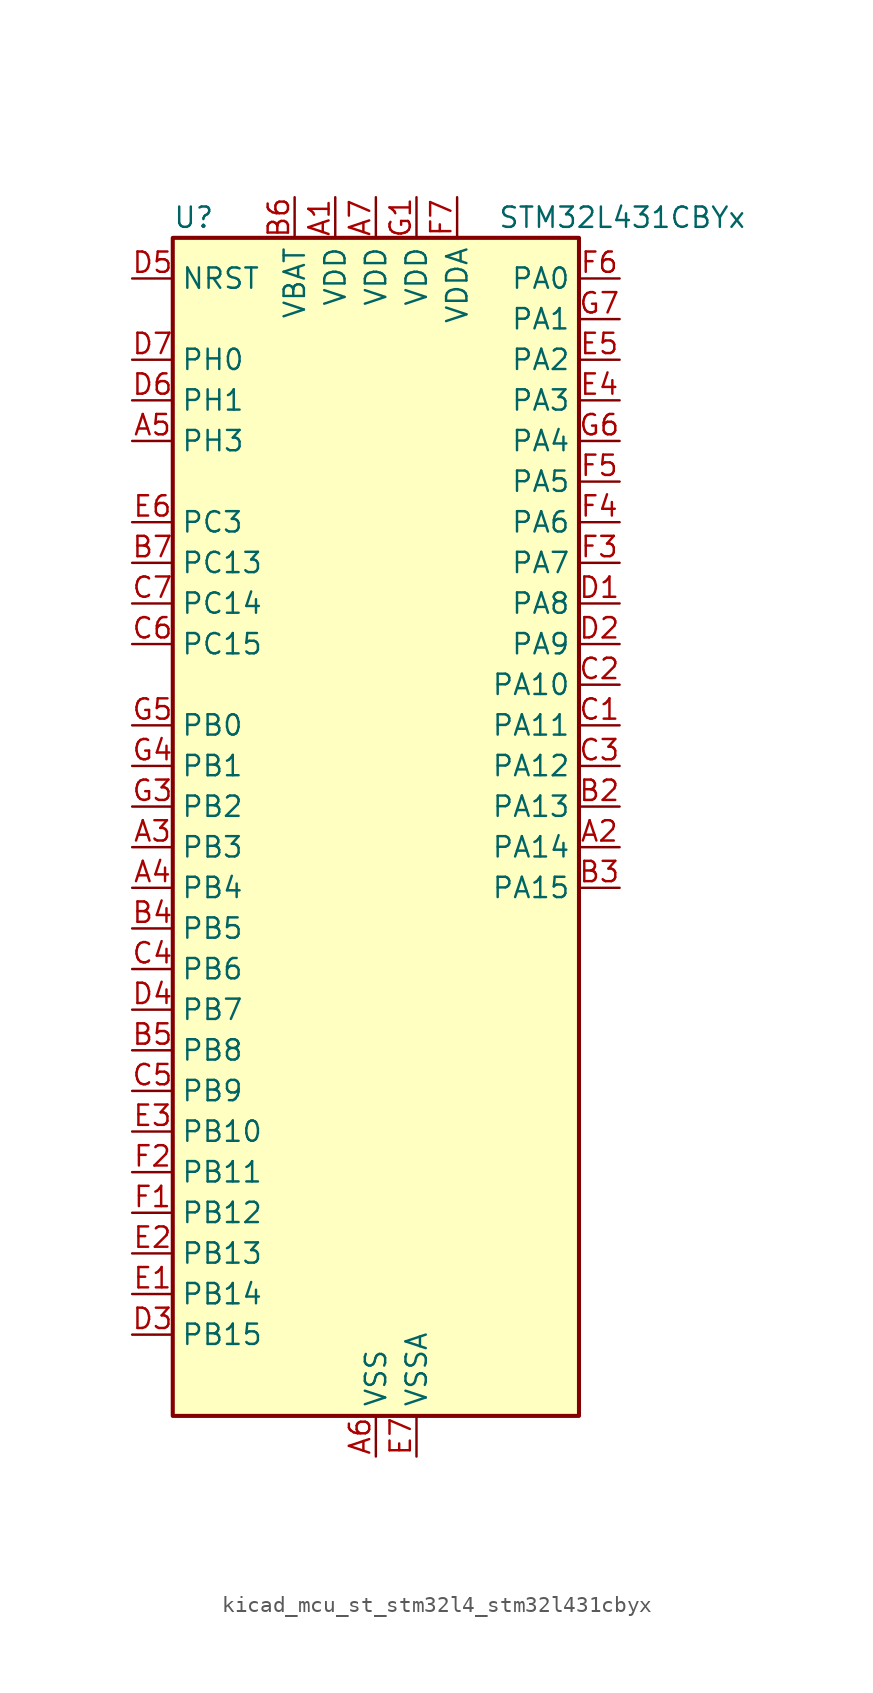
<source format=kicad_sym>
(kicad_symbol_lib
  (version 20220914)
  (generator kicad_symbol_editor)
  (symbol "kicad_mcu_st_stm32l4_stm32l431cbyx"
    (property "Reference" "U"
      (at -12.7 39.37 0)
      (effects (font (size 1.27 1.27)) (justify left)))
    (property "Value" "STM32L431CBYx"
      (at 7.62 39.37 0)
      (effects (font (size 1.27 1.27)) (justify left)))
    (property "ki_locked" ""
      (at 0 0 0)
      (effects (font (size 1.27 1.27))))
    (symbol "kicad_mcu_st_stm32l4_stm32l431cbyx_0_1"
      (rectangle (start -12.7 -35.56) (end 12.7 38.1) (stroke (width 0.254) (type default)) (fill (type background))))
    (symbol "kicad_mcu_st_stm32l4_stm32l431cbyx_1_1"
      (pin power_in line (at -2.54 40.64 270) (length 2.54) (name "VDD" (effects (font (size 1.27 1.27)))) (number "A1" (effects (font (size 1.27 1.27)))))
      (pin bidirectional line (at 15.24 0 180) (length 2.54) (name "PA14" (effects (font (size 1.27 1.27)))) (number "A2" (effects (font (size 1.27 1.27)))) (alternate "I2C1_SMBA" bidirectional line) (alternate "LPTIM1_OUT" bidirectional line) (alternate "SAI1_FS_B" bidirectional line) (alternate "SWPMI1_RX" bidirectional line) (alternate "SYS_JTCK-SWCLK" bidirectional line))
      (pin bidirectional line (at -15.24 0 0) (length 2.54) (name "PB3" (effects (font (size 1.27 1.27)))) (number "A3" (effects (font (size 1.27 1.27)))) (alternate "COMP2_INM" bidirectional line) (alternate "SAI1_SCK_B" bidirectional line) (alternate "SPI1_SCK" bidirectional line) (alternate "SPI3_SCK" bidirectional line) (alternate "SYS_JTDO-SWO" bidirectional line) (alternate "TIM2_CH2" bidirectional line) (alternate "USART1_DE" bidirectional line) (alternate "USART1_RTS" bidirectional line))
      (pin bidirectional line (at -15.24 -2.54 0) (length 2.54) (name "PB4" (effects (font (size 1.27 1.27)))) (number "A4" (effects (font (size 1.27 1.27)))) (alternate "COMP2_INP" bidirectional line) (alternate "I2C3_SDA" bidirectional line) (alternate "SAI1_MCLK_B" bidirectional line) (alternate "SPI1_MISO" bidirectional line) (alternate "SPI3_MISO" bidirectional line) (alternate "SYS_JTRST" bidirectional line) (alternate "TSC_G2_IO1" bidirectional line) (alternate "USART1_CTS" bidirectional line))
      (pin bidirectional line (at -15.24 25.4 0) (length 2.54) (name "PH3" (effects (font (size 1.27 1.27)))) (number "A5" (effects (font (size 1.27 1.27)))))
      (pin power_in line (at 0 -38.1 90) (length 2.54) (name "VSS" (effects (font (size 1.27 1.27)))) (number "A6" (effects (font (size 1.27 1.27)))))
      (pin power_in line (at 0 40.64 270) (length 2.54) (name "VDD" (effects (font (size 1.27 1.27)))) (number "A7" (effects (font (size 1.27 1.27)))))
      (pin passive line (at 0 -38.1 90) (length 2.54) hide (name "VSS" (effects (font (size 1.27 1.27)))) (number "B1" (effects (font (size 1.27 1.27)))))
      (pin bidirectional line (at 15.24 2.54 180) (length 2.54) (name "PA13" (effects (font (size 1.27 1.27)))) (number "B2" (effects (font (size 1.27 1.27)))) (alternate "IR_OUT" bidirectional line) (alternate "SAI1_SD_B" bidirectional line) (alternate "SWPMI1_TX" bidirectional line) (alternate "SYS_JTMS-SWDIO" bidirectional line))
      (pin bidirectional line (at 15.24 -2.54 180) (length 2.54) (name "PA15" (effects (font (size 1.27 1.27)))) (number "B3" (effects (font (size 1.27 1.27)))) (alternate "ADC1_EXTI15" bidirectional line) (alternate "SPI1_NSS" bidirectional line) (alternate "SPI3_NSS" bidirectional line) (alternate "SWPMI1_SUSPEND" bidirectional line) (alternate "SYS_JTDI" bidirectional line) (alternate "TIM2_CH1" bidirectional line) (alternate "TIM2_ETR" bidirectional line) (alternate "USART2_RX" bidirectional line) (alternate "USART3_DE" bidirectional line) (alternate "USART3_RTS" bidirectional line))
      (pin bidirectional line (at -15.24 -5.08 0) (length 2.54) (name "PB5" (effects (font (size 1.27 1.27)))) (number "B4" (effects (font (size 1.27 1.27)))) (alternate "COMP2_OUT" bidirectional line) (alternate "I2C1_SMBA" bidirectional line) (alternate "LPTIM1_IN1" bidirectional line) (alternate "SAI1_SD_B" bidirectional line) (alternate "SPI1_MOSI" bidirectional line) (alternate "SPI3_MOSI" bidirectional line) (alternate "TIM16_BKIN" bidirectional line) (alternate "TSC_G2_IO2" bidirectional line) (alternate "USART1_CK" bidirectional line))
      (pin bidirectional line (at -15.24 -12.7 0) (length 2.54) (name "PB8" (effects (font (size 1.27 1.27)))) (number "B5" (effects (font (size 1.27 1.27)))) (alternate "CAN1_RX" bidirectional line) (alternate "I2C1_SCL" bidirectional line) (alternate "SAI1_MCLK_A" bidirectional line) (alternate "TIM16_CH1" bidirectional line))
      (pin power_in line (at -5.08 40.64 270) (length 2.54) (name "VBAT" (effects (font (size 1.27 1.27)))) (number "B6" (effects (font (size 1.27 1.27)))))
      (pin bidirectional line (at -15.24 17.78 0) (length 2.54) (name "PC13" (effects (font (size 1.27 1.27)))) (number "B7" (effects (font (size 1.27 1.27)))) (alternate "RTC_OUT_ALARM" bidirectional line) (alternate "RTC_OUT_CALIB" bidirectional line) (alternate "RTC_TAMP1" bidirectional line) (alternate "RTC_TS" bidirectional line) (alternate "SYS_WKUP2" bidirectional line))
      (pin bidirectional line (at 15.24 7.62 180) (length 2.54) (name "PA11" (effects (font (size 1.27 1.27)))) (number "C1" (effects (font (size 1.27 1.27)))) (alternate "ADC1_EXTI11" bidirectional line) (alternate "CAN1_RX" bidirectional line) (alternate "COMP1_OUT" bidirectional line) (alternate "SPI1_MISO" bidirectional line) (alternate "TIM1_BKIN2" bidirectional line) (alternate "TIM1_BKIN2_COMP1" bidirectional line) (alternate "TIM1_CH4" bidirectional line) (alternate "USART1_CTS" bidirectional line))
      (pin bidirectional line (at 15.24 10.16 180) (length 2.54) (name "PA10" (effects (font (size 1.27 1.27)))) (number "C2" (effects (font (size 1.27 1.27)))) (alternate "I2C1_SDA" bidirectional line) (alternate "SAI1_SD_A" bidirectional line) (alternate "TIM1_CH3" bidirectional line) (alternate "USART1_RX" bidirectional line))
      (pin bidirectional line (at 15.24 5.08 180) (length 2.54) (name "PA12" (effects (font (size 1.27 1.27)))) (number "C3" (effects (font (size 1.27 1.27)))) (alternate "CAN1_TX" bidirectional line) (alternate "SPI1_MOSI" bidirectional line) (alternate "TIM1_ETR" bidirectional line) (alternate "USART1_DE" bidirectional line) (alternate "USART1_RTS" bidirectional line))
      (pin bidirectional line (at -15.24 -7.62 0) (length 2.54) (name "PB6" (effects (font (size 1.27 1.27)))) (number "C4" (effects (font (size 1.27 1.27)))) (alternate "COMP2_INP" bidirectional line) (alternate "I2C1_SCL" bidirectional line) (alternate "LPTIM1_ETR" bidirectional line) (alternate "SAI1_FS_B" bidirectional line) (alternate "TIM16_CH1N" bidirectional line) (alternate "TSC_G2_IO3" bidirectional line) (alternate "USART1_TX" bidirectional line))
      (pin bidirectional line (at -15.24 -15.24 0) (length 2.54) (name "PB9" (effects (font (size 1.27 1.27)))) (number "C5" (effects (font (size 1.27 1.27)))) (alternate "CAN1_TX" bidirectional line) (alternate "DAC1_EXTI9" bidirectional line) (alternate "I2C1_SDA" bidirectional line) (alternate "IR_OUT" bidirectional line) (alternate "SAI1_FS_A" bidirectional line) (alternate "SPI2_NSS" bidirectional line))
      (pin bidirectional line (at -15.24 12.7 0) (length 2.54) (name "PC15" (effects (font (size 1.27 1.27)))) (number "C6" (effects (font (size 1.27 1.27)))) (alternate "ADC1_EXTI15" bidirectional line) (alternate "RCC_OSC32_OUT" bidirectional line))
      (pin bidirectional line (at -15.24 15.24 0) (length 2.54) (name "PC14" (effects (font (size 1.27 1.27)))) (number "C7" (effects (font (size 1.27 1.27)))) (alternate "RCC_OSC32_IN" bidirectional line))
      (pin bidirectional line (at 15.24 15.24 180) (length 2.54) (name "PA8" (effects (font (size 1.27 1.27)))) (number "D1" (effects (font (size 1.27 1.27)))) (alternate "LPTIM2_OUT" bidirectional line) (alternate "RCC_MCO" bidirectional line) (alternate "SAI1_SCK_A" bidirectional line) (alternate "SWPMI1_IO" bidirectional line) (alternate "TIM1_CH1" bidirectional line) (alternate "USART1_CK" bidirectional line))
      (pin bidirectional line (at 15.24 12.7 180) (length 2.54) (name "PA9" (effects (font (size 1.27 1.27)))) (number "D2" (effects (font (size 1.27 1.27)))) (alternate "DAC1_EXTI9" bidirectional line) (alternate "I2C1_SCL" bidirectional line) (alternate "SAI1_FS_A" bidirectional line) (alternate "TIM15_BKIN" bidirectional line) (alternate "TIM1_CH2" bidirectional line) (alternate "USART1_TX" bidirectional line))
      (pin bidirectional line (at -15.24 -30.48 0) (length 2.54) (name "PB15" (effects (font (size 1.27 1.27)))) (number "D3" (effects (font (size 1.27 1.27)))) (alternate "ADC1_EXTI15" bidirectional line) (alternate "RTC_REFIN" bidirectional line) (alternate "SAI1_SD_A" bidirectional line) (alternate "SPI2_MOSI" bidirectional line) (alternate "SWPMI1_SUSPEND" bidirectional line) (alternate "TIM15_CH2" bidirectional line) (alternate "TIM1_CH3N" bidirectional line) (alternate "TSC_G1_IO4" bidirectional line))
      (pin bidirectional line (at -15.24 -10.16 0) (length 2.54) (name "PB7" (effects (font (size 1.27 1.27)))) (number "D4" (effects (font (size 1.27 1.27)))) (alternate "COMP2_INM" bidirectional line) (alternate "I2C1_SDA" bidirectional line) (alternate "LPTIM1_IN2" bidirectional line) (alternate "SYS_PVD_IN" bidirectional line) (alternate "TSC_G2_IO4" bidirectional line) (alternate "USART1_RX" bidirectional line))
      (pin input line (at -15.24 35.56 0) (length 2.54) (name "NRST" (effects (font (size 1.27 1.27)))) (number "D5" (effects (font (size 1.27 1.27)))))
      (pin bidirectional line (at -15.24 27.94 0) (length 2.54) (name "PH1" (effects (font (size 1.27 1.27)))) (number "D6" (effects (font (size 1.27 1.27)))) (alternate "RCC_OSC_OUT" bidirectional line))
      (pin bidirectional line (at -15.24 30.48 0) (length 2.54) (name "PH0" (effects (font (size 1.27 1.27)))) (number "D7" (effects (font (size 1.27 1.27)))) (alternate "RCC_OSC_IN" bidirectional line))
      (pin bidirectional line (at -15.24 -27.94 0) (length 2.54) (name "PB14" (effects (font (size 1.27 1.27)))) (number "E1" (effects (font (size 1.27 1.27)))) (alternate "I2C2_SDA" bidirectional line) (alternate "SAI1_MCLK_A" bidirectional line) (alternate "SPI2_MISO" bidirectional line) (alternate "SWPMI1_RX" bidirectional line) (alternate "TIM15_CH1" bidirectional line) (alternate "TIM1_CH2N" bidirectional line) (alternate "TSC_G1_IO3" bidirectional line) (alternate "USART3_DE" bidirectional line) (alternate "USART3_RTS" bidirectional line))
      (pin bidirectional line (at -15.24 -25.4 0) (length 2.54) (name "PB13" (effects (font (size 1.27 1.27)))) (number "E2" (effects (font (size 1.27 1.27)))) (alternate "I2C2_SCL" bidirectional line) (alternate "LPUART1_CTS" bidirectional line) (alternate "SAI1_SCK_A" bidirectional line) (alternate "SPI2_SCK" bidirectional line) (alternate "SWPMI1_TX" bidirectional line) (alternate "TIM15_CH1N" bidirectional line) (alternate "TIM1_CH1N" bidirectional line) (alternate "TSC_G1_IO2" bidirectional line) (alternate "USART3_CTS" bidirectional line))
      (pin bidirectional line (at -15.24 -17.78 0) (length 2.54) (name "PB10" (effects (font (size 1.27 1.27)))) (number "E3" (effects (font (size 1.27 1.27)))) (alternate "COMP1_OUT" bidirectional line) (alternate "I2C2_SCL" bidirectional line) (alternate "LPUART1_RX" bidirectional line) (alternate "QUADSPI_CLK" bidirectional line) (alternate "SAI1_SCK_A" bidirectional line) (alternate "SPI2_SCK" bidirectional line) (alternate "TIM2_CH3" bidirectional line) (alternate "TSC_SYNC" bidirectional line) (alternate "USART3_TX" bidirectional line))
      (pin bidirectional line (at 15.24 27.94 180) (length 2.54) (name "PA3" (effects (font (size 1.27 1.27)))) (number "E4" (effects (font (size 1.27 1.27)))) (alternate "ADC1_IN8" bidirectional line) (alternate "COMP2_INP" bidirectional line) (alternate "LPUART1_RX" bidirectional line) (alternate "OPAMP1_VOUT" bidirectional line) (alternate "QUADSPI_CLK" bidirectional line) (alternate "SAI1_MCLK_A" bidirectional line) (alternate "TIM15_CH2" bidirectional line) (alternate "TIM2_CH4" bidirectional line) (alternate "USART2_RX" bidirectional line))
      (pin bidirectional line (at 15.24 30.48 180) (length 2.54) (name "PA2" (effects (font (size 1.27 1.27)))) (number "E5" (effects (font (size 1.27 1.27)))) (alternate "ADC1_IN7" bidirectional line) (alternate "COMP2_INM" bidirectional line) (alternate "COMP2_OUT" bidirectional line) (alternate "LPUART1_TX" bidirectional line) (alternate "QUADSPI_BK1_NCS" bidirectional line) (alternate "RCC_LSCO" bidirectional line) (alternate "SYS_WKUP4" bidirectional line) (alternate "TIM15_CH1" bidirectional line) (alternate "TIM2_CH3" bidirectional line) (alternate "USART2_TX" bidirectional line))
      (pin bidirectional line (at -15.24 20.32 0) (length 2.54) (name "PC3" (effects (font (size 1.27 1.27)))) (number "E6" (effects (font (size 1.27 1.27)))) (alternate "ADC1_IN4" bidirectional line) (alternate "LPTIM1_ETR" bidirectional line) (alternate "LPTIM2_ETR" bidirectional line) (alternate "SAI1_SD_A" bidirectional line) (alternate "SPI2_MOSI" bidirectional line))
      (pin power_in line (at 2.54 -38.1 90) (length 2.54) (name "VSSA" (effects (font (size 1.27 1.27)))) (number "E7" (effects (font (size 1.27 1.27)))))
      (pin bidirectional line (at -15.24 -22.86 0) (length 2.54) (name "PB12" (effects (font (size 1.27 1.27)))) (number "F1" (effects (font (size 1.27 1.27)))) (alternate "I2C2_SMBA" bidirectional line) (alternate "LPUART1_DE" bidirectional line) (alternate "LPUART1_RTS" bidirectional line) (alternate "SAI1_FS_A" bidirectional line) (alternate "SPI2_NSS" bidirectional line) (alternate "SWPMI1_IO" bidirectional line) (alternate "TIM15_BKIN" bidirectional line) (alternate "TIM1_BKIN" bidirectional line) (alternate "TIM1_BKIN_COMP2" bidirectional line) (alternate "TSC_G1_IO1" bidirectional line) (alternate "USART3_CK" bidirectional line))
      (pin bidirectional line (at -15.24 -20.32 0) (length 2.54) (name "PB11" (effects (font (size 1.27 1.27)))) (number "F2" (effects (font (size 1.27 1.27)))) (alternate "ADC1_EXTI11" bidirectional line) (alternate "COMP2_OUT" bidirectional line) (alternate "I2C2_SDA" bidirectional line) (alternate "LPUART1_TX" bidirectional line) (alternate "QUADSPI_BK1_NCS" bidirectional line) (alternate "TIM2_CH4" bidirectional line) (alternate "USART3_RX" bidirectional line))
      (pin bidirectional line (at 15.24 17.78 180) (length 2.54) (name "PA7" (effects (font (size 1.27 1.27)))) (number "F3" (effects (font (size 1.27 1.27)))) (alternate "ADC1_IN12" bidirectional line) (alternate "COMP2_OUT" bidirectional line) (alternate "I2C3_SCL" bidirectional line) (alternate "QUADSPI_BK1_IO2" bidirectional line) (alternate "SPI1_MOSI" bidirectional line) (alternate "TIM1_CH1N" bidirectional line))
      (pin bidirectional line (at 15.24 20.32 180) (length 2.54) (name "PA6" (effects (font (size 1.27 1.27)))) (number "F4" (effects (font (size 1.27 1.27)))) (alternate "ADC1_IN11" bidirectional line) (alternate "COMP1_OUT" bidirectional line) (alternate "LPUART1_CTS" bidirectional line) (alternate "QUADSPI_BK1_IO3" bidirectional line) (alternate "SPI1_MISO" bidirectional line) (alternate "TIM16_CH1" bidirectional line) (alternate "TIM1_BKIN" bidirectional line) (alternate "TIM1_BKIN_COMP2" bidirectional line) (alternate "USART3_CTS" bidirectional line))
      (pin bidirectional line (at 15.24 22.86 180) (length 2.54) (name "PA5" (effects (font (size 1.27 1.27)))) (number "F5" (effects (font (size 1.27 1.27)))) (alternate "ADC1_IN10" bidirectional line) (alternate "COMP1_INM" bidirectional line) (alternate "COMP2_INM" bidirectional line) (alternate "DAC1_OUT2" bidirectional line) (alternate "LPTIM2_ETR" bidirectional line) (alternate "SPI1_SCK" bidirectional line) (alternate "TIM2_CH1" bidirectional line) (alternate "TIM2_ETR" bidirectional line))
      (pin bidirectional line (at 15.24 35.56 180) (length 2.54) (name "PA0" (effects (font (size 1.27 1.27)))) (number "F6" (effects (font (size 1.27 1.27)))) (alternate "ADC1_IN5" bidirectional line) (alternate "COMP1_INM" bidirectional line) (alternate "COMP1_OUT" bidirectional line) (alternate "OPAMP1_VINP" bidirectional line) (alternate "RTC_TAMP2" bidirectional line) (alternate "SAI1_EXTCLK" bidirectional line) (alternate "SYS_WKUP1" bidirectional line) (alternate "TIM2_CH1" bidirectional line) (alternate "TIM2_ETR" bidirectional line) (alternate "USART2_CTS" bidirectional line))
      (pin power_in line (at 5.08 40.64 270) (length 2.54) (name "VDDA" (effects (font (size 1.27 1.27)))) (number "F7" (effects (font (size 1.27 1.27)))))
      (pin power_in line (at 2.54 40.64 270) (length 2.54) (name "VDD" (effects (font (size 1.27 1.27)))) (number "G1" (effects (font (size 1.27 1.27)))))
      (pin passive line (at 0 -38.1 90) (length 2.54) hide (name "VSS" (effects (font (size 1.27 1.27)))) (number "G2" (effects (font (size 1.27 1.27)))))
      (pin bidirectional line (at -15.24 2.54 0) (length 2.54) (name "PB2" (effects (font (size 1.27 1.27)))) (number "G3" (effects (font (size 1.27 1.27)))) (alternate "COMP1_INP" bidirectional line) (alternate "I2C3_SMBA" bidirectional line) (alternate "LPTIM1_OUT" bidirectional line) (alternate "RTC_OUT_ALARM" bidirectional line) (alternate "RTC_OUT_CALIB" bidirectional line))
      (pin bidirectional line (at -15.24 5.08 0) (length 2.54) (name "PB1" (effects (font (size 1.27 1.27)))) (number "G4" (effects (font (size 1.27 1.27)))) (alternate "ADC1_IN16" bidirectional line) (alternate "COMP1_INM" bidirectional line) (alternate "LPTIM2_IN1" bidirectional line) (alternate "LPUART1_DE" bidirectional line) (alternate "LPUART1_RTS" bidirectional line) (alternate "QUADSPI_BK1_IO0" bidirectional line) (alternate "TIM1_CH3N" bidirectional line) (alternate "USART3_DE" bidirectional line) (alternate "USART3_RTS" bidirectional line))
      (pin bidirectional line (at -15.24 7.62 0) (length 2.54) (name "PB0" (effects (font (size 1.27 1.27)))) (number "G5" (effects (font (size 1.27 1.27)))) (alternate "ADC1_IN15" bidirectional line) (alternate "COMP1_OUT" bidirectional line) (alternate "QUADSPI_BK1_IO1" bidirectional line) (alternate "SAI1_EXTCLK" bidirectional line) (alternate "SPI1_NSS" bidirectional line) (alternate "TIM1_CH2N" bidirectional line) (alternate "USART3_CK" bidirectional line))
      (pin bidirectional line (at 15.24 25.4 180) (length 2.54) (name "PA4" (effects (font (size 1.27 1.27)))) (number "G6" (effects (font (size 1.27 1.27)))) (alternate "ADC1_IN9" bidirectional line) (alternate "COMP1_INM" bidirectional line) (alternate "COMP2_INM" bidirectional line) (alternate "DAC1_OUT1" bidirectional line) (alternate "LPTIM2_OUT" bidirectional line) (alternate "SAI1_FS_B" bidirectional line) (alternate "SPI1_NSS" bidirectional line) (alternate "SPI3_NSS" bidirectional line) (alternate "USART2_CK" bidirectional line))
      (pin bidirectional line (at 15.24 33.02 180) (length 2.54) (name "PA1" (effects (font (size 1.27 1.27)))) (number "G7" (effects (font (size 1.27 1.27)))) (alternate "ADC1_IN6" bidirectional line) (alternate "COMP1_INP" bidirectional line) (alternate "I2C1_SMBA" bidirectional line) (alternate "OPAMP1_VINM" bidirectional line) (alternate "SPI1_SCK" bidirectional line) (alternate "TIM15_CH1N" bidirectional line) (alternate "TIM2_CH2" bidirectional line) (alternate "USART2_DE" bidirectional line) (alternate "USART2_RTS" bidirectional line)))))
</source>
